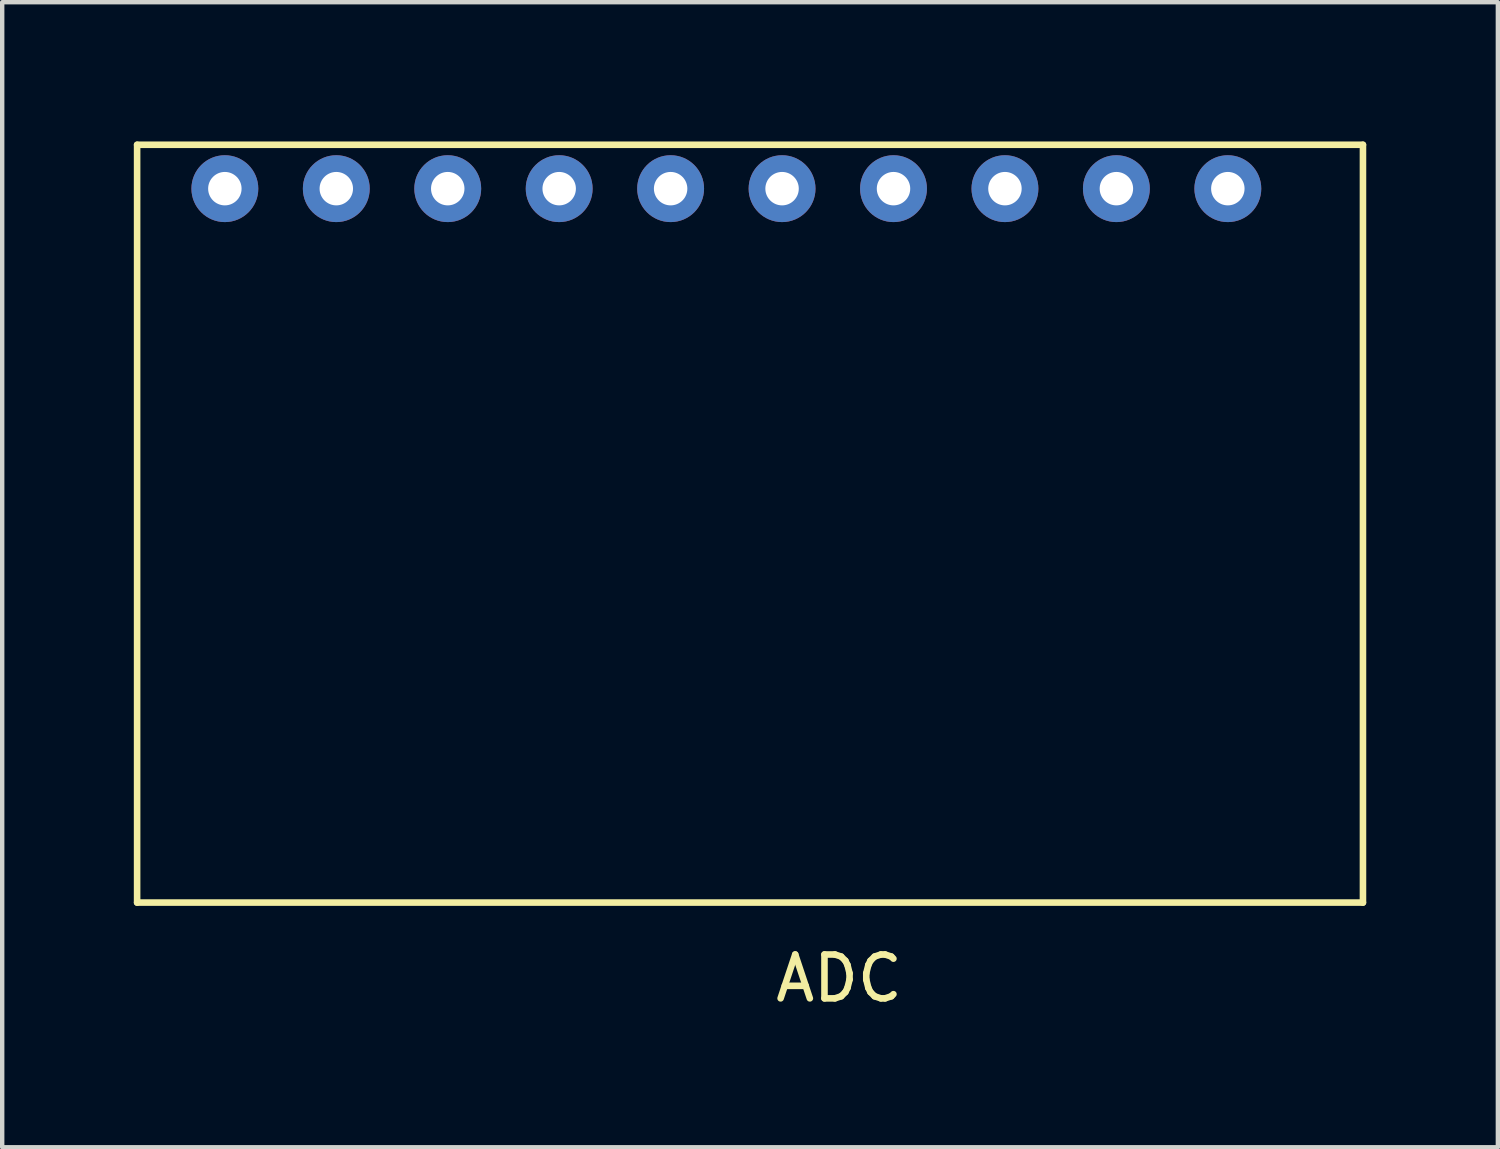
<source format=kicad_pcb>
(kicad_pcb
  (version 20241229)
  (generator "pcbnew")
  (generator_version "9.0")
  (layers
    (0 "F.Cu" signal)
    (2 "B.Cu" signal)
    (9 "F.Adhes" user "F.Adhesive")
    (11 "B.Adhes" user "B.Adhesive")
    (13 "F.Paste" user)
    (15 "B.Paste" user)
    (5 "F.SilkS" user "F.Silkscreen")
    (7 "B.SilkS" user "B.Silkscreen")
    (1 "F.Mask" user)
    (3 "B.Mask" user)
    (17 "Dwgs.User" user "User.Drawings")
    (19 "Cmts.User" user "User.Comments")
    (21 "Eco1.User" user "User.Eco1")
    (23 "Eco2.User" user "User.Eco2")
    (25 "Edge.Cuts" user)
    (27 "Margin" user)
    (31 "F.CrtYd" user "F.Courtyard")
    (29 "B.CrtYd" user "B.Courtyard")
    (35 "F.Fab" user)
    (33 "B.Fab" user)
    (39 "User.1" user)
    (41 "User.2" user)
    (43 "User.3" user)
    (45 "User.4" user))
  (footprint "ADC"
    (layer "F.Cu")
    (at 1.075 0.25)
    (property "Reference" "ADC" (at 15 19 0) (layer "F.SilkS") (effects (font (size 1 1) (thickness 0.15))))
    (attr through_hole)
    (fp_line (start -1 0) (end -1 17.272) (stroke (width 0.15) (type solid)) (layer "F.SilkS"))
    (fp_line (start -1 0) (end 26.94 0) (stroke (width 0.15) (type solid)) (layer "F.SilkS"))
    (fp_line (start -1 17.272) (end 26.94 17.272) (stroke (width 0.15) (type solid)) (layer "F.SilkS"))
    (fp_line (start 26.94 0) (end 26.94 17.272) (stroke (width 0.15) (type solid)) (layer "F.SilkS"))
    (pad "1" thru_hole circle (at 23.86 1) (size 1.524 1.524) (drill 0.762) (layers "*.Cu" "*.Mask"))
    (pad "2" thru_hole circle (at 21.32 1) (size 1.524 1.524) (drill 0.762) (layers "*.Cu" "*.Mask"))
    (pad "3" thru_hole circle (at 18.78 1) (size 1.524 1.524) (drill 0.762) (layers "*.Cu" "*.Mask"))
    (pad "4" thru_hole circle (at 16.24 1) (size 1.524 1.524) (drill 0.762) (layers "*.Cu" "*.Mask"))
    (pad "5" thru_hole circle (at 13.7 1) (size 1.524 1.524) (drill 0.762) (layers "*.Cu" "*.Mask"))
    (pad "6" thru_hole circle (at 11.16 1) (size 1.524 1.524) (drill 0.762) (layers "*.Cu" "*.Mask"))
    (pad "7" thru_hole circle (at 8.62 1) (size 1.524 1.524) (drill 0.762) (layers "*.Cu" "*.Mask"))
    (pad "8" thru_hole circle (at 6.08 1) (size 1.524 1.524) (drill 0.762) (layers "*.Cu" "*.Mask"))
    (pad "9" thru_hole circle (at 3.54 1) (size 1.524 1.524) (drill 0.762) (layers "*.Cu" "*.Mask"))
    (pad "10" thru_hole circle (at 1 1) (size 1.524 1.524) (drill 0.762) (layers "*.Cu" "*.Mask")))
  (gr_rect
    (start -3 -3)
    (end 31.09 23.098)
    (stroke (width 0.1) (type default))
    (fill no)
    (layer "Edge.Cuts")))
</source>
